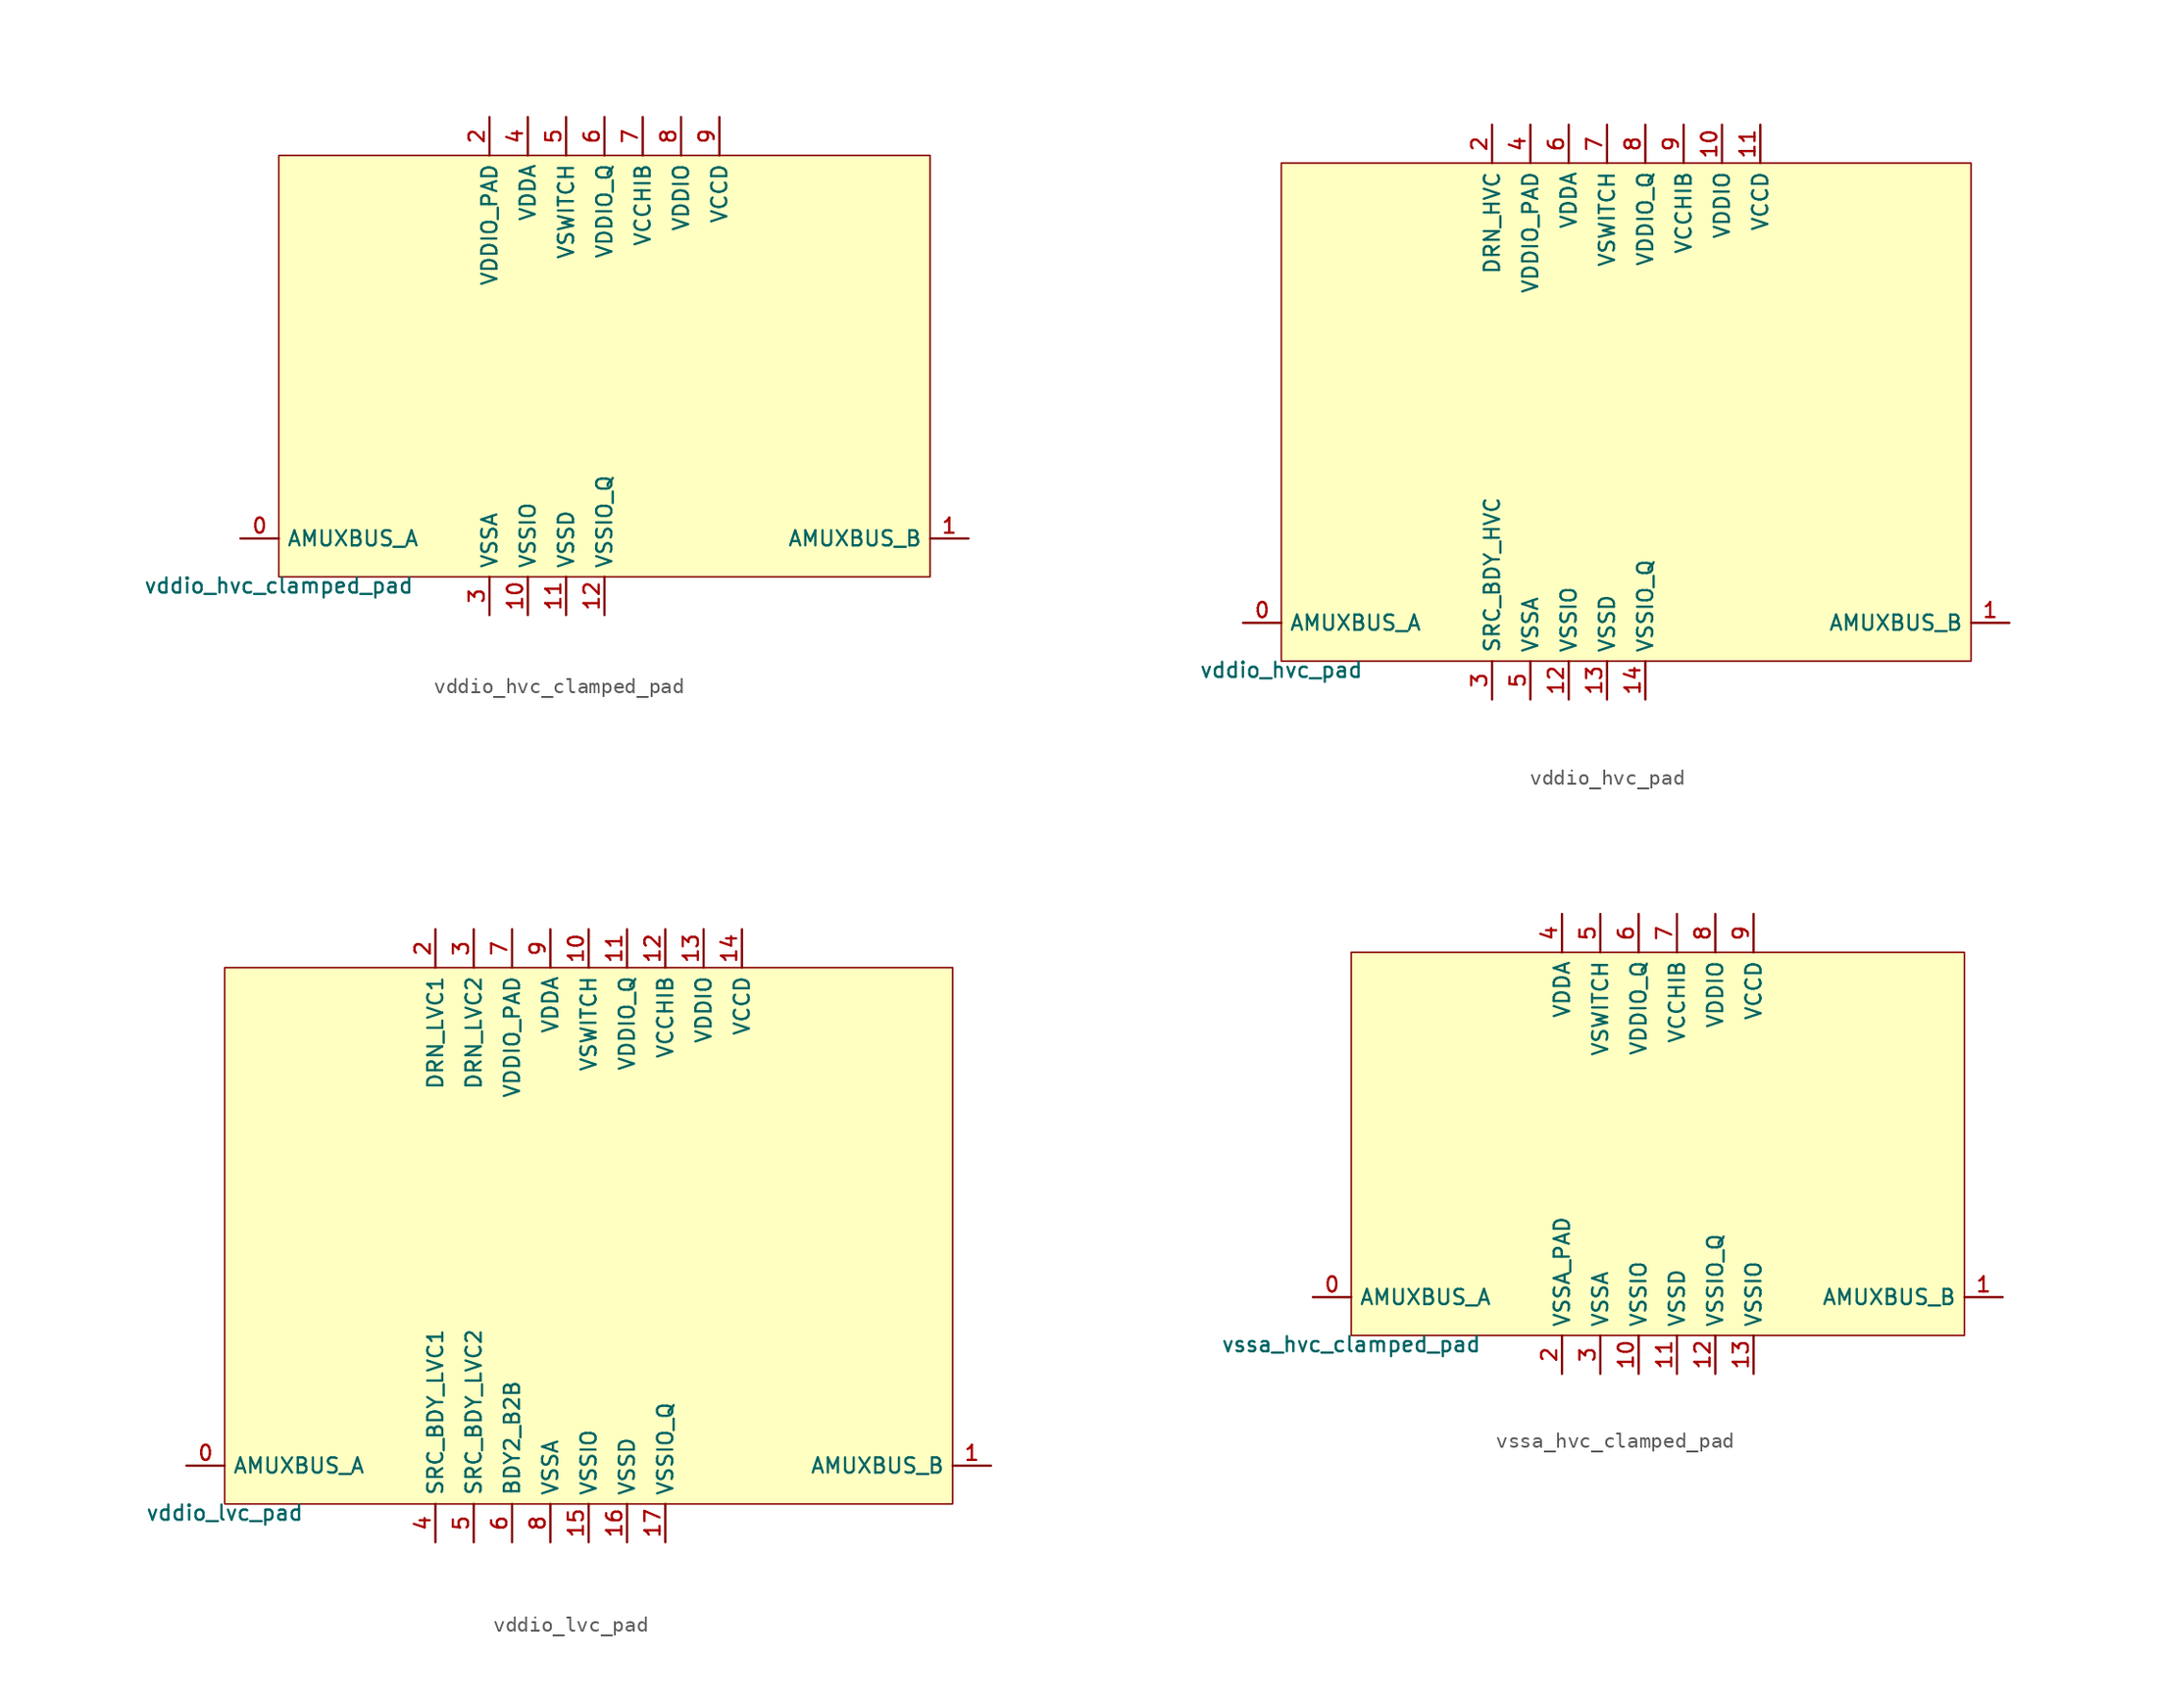
<source format=kicad_sym>
(kicad_symbol_lib
  (version 20211014)
  (generator pdk2kicad)
  (symbol "vddio_hvc_clamped_pad"
    (property "Reference" "X"
      (at 0 0 0)
      (effects (font (size 1 1)) hide))
    (property "Value" "vddio_hvc_clamped_pad"
      (at -21.59 -13.97 0)
      (effects (font (size 1 1)) (justify top)))
    (rectangle
      (start -21.59 -13.97)
      (end 21.59 13.97)
      (stroke (width 0.1) (type solid) (color 0 0 0 0))
      (fill (type background)))
    (pin bidirectional line
      (at -24.13 -11.43 0)
      (length 2.54)
      (name "AMUXBUS_A" (effects (font (size 1 1)) hide))
      (number "0" (effects (font (size 1 1)) hide)))
    (pin bidirectional line
      (at 24.13 -11.43 180)
      (length 2.54)
      (name "AMUXBUS_B" (effects (font (size 1 1)) hide))
      (number "1" (effects (font (size 1 1)) hide)))
    (pin power_in line
      (at -7.62 16.51 270)
      (length 2.54)
      (name "VDDIO_PAD" (effects (font (size 1 1)) hide))
      (number "2" (effects (font (size 1 1)) hide)))
    (pin power_in line
      (at -7.62 -16.51 90)
      (length 2.54)
      (name "VSSA" (effects (font (size 1 1)) hide))
      (number "3" (effects (font (size 1 1)) hide)))
    (pin power_in line
      (at -5.08 16.51 270)
      (length 2.54)
      (name "VDDA" (effects (font (size 1 1)) hide))
      (number "4" (effects (font (size 1 1)) hide)))
    (pin power_in line
      (at -2.54 16.51 270)
      (length 2.54)
      (name "VSWITCH" (effects (font (size 1 1)) hide))
      (number "5" (effects (font (size 1 1)) hide)))
    (pin power_in line
      (at 0.0 16.51 270)
      (length 2.54)
      (name "VDDIO_Q" (effects (font (size 1 1)) hide))
      (number "6" (effects (font (size 1 1)) hide)))
    (pin power_in line
      (at 2.54 16.51 270)
      (length 2.54)
      (name "VCCHIB" (effects (font (size 1 1)) hide))
      (number "7" (effects (font (size 1 1)) hide)))
    (pin power_in line
      (at 5.08 16.51 270)
      (length 2.54)
      (name "VDDIO" (effects (font (size 1 1)) hide))
      (number "8" (effects (font (size 1 1)) hide)))
    (pin power_in line
      (at 7.62 16.51 270)
      (length 2.54)
      (name "VCCD" (effects (font (size 1 1)) hide))
      (number "9" (effects (font (size 1 1)) hide)))
    (pin power_in line
      (at -5.08 -16.51 90)
      (length 2.54)
      (name "VSSIO" (effects (font (size 1 1)) hide))
      (number "10" (effects (font (size 1 1)) hide)))
    (pin power_in line
      (at -2.54 -16.51 90)
      (length 2.54)
      (name "VSSD" (effects (font (size 1 1)) hide))
      (number "11" (effects (font (size 1 1)) hide)))
    (pin power_in line
      (at 0.0 -16.51 90)
      (length 2.54)
      (name "VSSIO_Q" (effects (font (size 1 1)) hide))
      (number "12" (effects (font (size 1 1)) hide))))
  (symbol "vddio_hvc_pad"
    (property "Reference" "X"
      (at 0 0 0)
      (effects (font (size 1 1)) hide))
    (property "Value" "vddio_hvc_pad"
      (at -22.86 -16.51 0)
      (effects (font (size 1 1)) (justify top)))
    (rectangle
      (start -22.86 -16.51)
      (end 22.86 16.51)
      (stroke (width 0.1) (type solid) (color 0 0 0 0))
      (fill (type background)))
    (pin bidirectional line
      (at -25.4 -13.97 0)
      (length 2.54)
      (name "AMUXBUS_A" (effects (font (size 1 1)) hide))
      (number "0" (effects (font (size 1 1)) hide)))
    (pin bidirectional line
      (at 25.4 -13.97 180)
      (length 2.54)
      (name "AMUXBUS_B" (effects (font (size 1 1)) hide))
      (number "1" (effects (font (size 1 1)) hide)))
    (pin power_in line
      (at -8.89 19.05 270)
      (length 2.54)
      (name "DRN_HVC" (effects (font (size 1 1)) hide))
      (number "2" (effects (font (size 1 1)) hide)))
    (pin power_in line
      (at -8.89 -19.05 90)
      (length 2.54)
      (name "SRC_BDY_HVC" (effects (font (size 1 1)) hide))
      (number "3" (effects (font (size 1 1)) hide)))
    (pin power_in line
      (at -6.35 19.05 270)
      (length 2.54)
      (name "VDDIO_PAD" (effects (font (size 1 1)) hide))
      (number "4" (effects (font (size 1 1)) hide)))
    (pin power_in line
      (at -6.35 -19.05 90)
      (length 2.54)
      (name "VSSA" (effects (font (size 1 1)) hide))
      (number "5" (effects (font (size 1 1)) hide)))
    (pin power_in line
      (at -3.81 19.05 270)
      (length 2.54)
      (name "VDDA" (effects (font (size 1 1)) hide))
      (number "6" (effects (font (size 1 1)) hide)))
    (pin power_in line
      (at -1.27 19.05 270)
      (length 2.54)
      (name "VSWITCH" (effects (font (size 1 1)) hide))
      (number "7" (effects (font (size 1 1)) hide)))
    (pin power_in line
      (at 1.27 19.05 270)
      (length 2.54)
      (name "VDDIO_Q" (effects (font (size 1 1)) hide))
      (number "8" (effects (font (size 1 1)) hide)))
    (pin power_in line
      (at 3.81 19.05 270)
      (length 2.54)
      (name "VCCHIB" (effects (font (size 1 1)) hide))
      (number "9" (effects (font (size 1 1)) hide)))
    (pin power_in line
      (at 6.35 19.05 270)
      (length 2.54)
      (name "VDDIO" (effects (font (size 1 1)) hide))
      (number "10" (effects (font (size 1 1)) hide)))
    (pin power_in line
      (at 8.89 19.05 270)
      (length 2.54)
      (name "VCCD" (effects (font (size 1 1)) hide))
      (number "11" (effects (font (size 1 1)) hide)))
    (pin power_in line
      (at -3.81 -19.05 90)
      (length 2.54)
      (name "VSSIO" (effects (font (size 1 1)) hide))
      (number "12" (effects (font (size 1 1)) hide)))
    (pin power_in line
      (at -1.27 -19.05 90)
      (length 2.54)
      (name "VSSD" (effects (font (size 1 1)) hide))
      (number "13" (effects (font (size 1 1)) hide)))
    (pin power_in line
      (at 1.27 -19.05 90)
      (length 2.54)
      (name "VSSIO_Q" (effects (font (size 1 1)) hide))
      (number "14" (effects (font (size 1 1)) hide))))
  (symbol "vddio_lvc_pad"
    (property "Reference" "X"
      (at 0 0 0)
      (effects (font (size 1 1)) hide))
    (property "Value" "vddio_lvc_pad"
      (at -24.13 -17.78 0)
      (effects (font (size 1 1)) (justify top)))
    (rectangle
      (start -24.13 -17.78)
      (end 24.13 17.78)
      (stroke (width 0.1) (type solid) (color 0 0 0 0))
      (fill (type background)))
    (pin bidirectional line
      (at -26.67 -15.24 0)
      (length 2.54)
      (name "AMUXBUS_A" (effects (font (size 1 1)) hide))
      (number "0" (effects (font (size 1 1)) hide)))
    (pin bidirectional line
      (at 26.67 -15.24 180)
      (length 2.54)
      (name "AMUXBUS_B" (effects (font (size 1 1)) hide))
      (number "1" (effects (font (size 1 1)) hide)))
    (pin power_in line
      (at -10.16 20.32 270)
      (length 2.54)
      (name "DRN_LVC1" (effects (font (size 1 1)) hide))
      (number "2" (effects (font (size 1 1)) hide)))
    (pin power_in line
      (at -7.62 20.32 270)
      (length 2.54)
      (name "DRN_LVC2" (effects (font (size 1 1)) hide))
      (number "3" (effects (font (size 1 1)) hide)))
    (pin power_in line
      (at -10.16 -20.32 90)
      (length 2.54)
      (name "SRC_BDY_LVC1" (effects (font (size 1 1)) hide))
      (number "4" (effects (font (size 1 1)) hide)))
    (pin power_in line
      (at -7.62 -20.32 90)
      (length 2.54)
      (name "SRC_BDY_LVC2" (effects (font (size 1 1)) hide))
      (number "5" (effects (font (size 1 1)) hide)))
    (pin power_in line
      (at -5.08 -20.32 90)
      (length 2.54)
      (name "BDY2_B2B" (effects (font (size 1 1)) hide))
      (number "6" (effects (font (size 1 1)) hide)))
    (pin power_in line
      (at -5.08 20.32 270)
      (length 2.54)
      (name "VDDIO_PAD" (effects (font (size 1 1)) hide))
      (number "7" (effects (font (size 1 1)) hide)))
    (pin power_in line
      (at -2.54 -20.32 90)
      (length 2.54)
      (name "VSSA" (effects (font (size 1 1)) hide))
      (number "8" (effects (font (size 1 1)) hide)))
    (pin power_in line
      (at -2.54 20.32 270)
      (length 2.54)
      (name "VDDA" (effects (font (size 1 1)) hide))
      (number "9" (effects (font (size 1 1)) hide)))
    (pin power_in line
      (at 0.0 20.32 270)
      (length 2.54)
      (name "VSWITCH" (effects (font (size 1 1)) hide))
      (number "10" (effects (font (size 1 1)) hide)))
    (pin power_in line
      (at 2.54 20.32 270)
      (length 2.54)
      (name "VDDIO_Q" (effects (font (size 1 1)) hide))
      (number "11" (effects (font (size 1 1)) hide)))
    (pin power_in line
      (at 5.08 20.32 270)
      (length 2.54)
      (name "VCCHIB" (effects (font (size 1 1)) hide))
      (number "12" (effects (font (size 1 1)) hide)))
    (pin power_in line
      (at 7.62 20.32 270)
      (length 2.54)
      (name "VDDIO" (effects (font (size 1 1)) hide))
      (number "13" (effects (font (size 1 1)) hide)))
    (pin power_in line
      (at 10.16 20.32 270)
      (length 2.54)
      (name "VCCD" (effects (font (size 1 1)) hide))
      (number "14" (effects (font (size 1 1)) hide)))
    (pin power_in line
      (at 0.0 -20.32 90)
      (length 2.54)
      (name "VSSIO" (effects (font (size 1 1)) hide))
      (number "15" (effects (font (size 1 1)) hide)))
    (pin power_in line
      (at 2.54 -20.32 90)
      (length 2.54)
      (name "VSSD" (effects (font (size 1 1)) hide))
      (number "16" (effects (font (size 1 1)) hide)))
    (pin power_in line
      (at 5.08 -20.32 90)
      (length 2.54)
      (name "VSSIO_Q" (effects (font (size 1 1)) hide))
      (number "17" (effects (font (size 1 1)) hide))))
  (symbol "vssa_hvc_clamped_pad"
    (property "Reference" "X"
      (at 0 0 0)
      (effects (font (size 1 1)) hide))
    (property "Value" "vssa_hvc_clamped_pad"
      (at -20.32 -12.7 0)
      (effects (font (size 1 1)) (justify top)))
    (rectangle
      (start -20.32 -12.7)
      (end 20.32 12.7)
      (stroke (width 0.1) (type solid) (color 0 0 0 0))
      (fill (type background)))
    (pin bidirectional line
      (at -22.86 -10.16 0)
      (length 2.54)
      (name "AMUXBUS_A" (effects (font (size 1 1)) hide))
      (number "0" (effects (font (size 1 1)) hide)))
    (pin bidirectional line
      (at 22.86 -10.16 180)
      (length 2.54)
      (name "AMUXBUS_B" (effects (font (size 1 1)) hide))
      (number "1" (effects (font (size 1 1)) hide)))
    (pin power_in line
      (at -6.35 -15.24 90)
      (length 2.54)
      (name "VSSA_PAD" (effects (font (size 1 1)) hide))
      (number "2" (effects (font (size 1 1)) hide)))
    (pin power_in line
      (at -3.81 -15.24 90)
      (length 2.54)
      (name "VSSA" (effects (font (size 1 1)) hide))
      (number "3" (effects (font (size 1 1)) hide)))
    (pin power_in line
      (at -6.35 15.24 270)
      (length 2.54)
      (name "VDDA" (effects (font (size 1 1)) hide))
      (number "4" (effects (font (size 1 1)) hide)))
    (pin power_in line
      (at -3.81 15.24 270)
      (length 2.54)
      (name "VSWITCH" (effects (font (size 1 1)) hide))
      (number "5" (effects (font (size 1 1)) hide)))
    (pin power_in line
      (at -1.27 15.24 270)
      (length 2.54)
      (name "VDDIO_Q" (effects (font (size 1 1)) hide))
      (number "6" (effects (font (size 1 1)) hide)))
    (pin power_in line
      (at 1.27 15.24 270)
      (length 2.54)
      (name "VCCHIB" (effects (font (size 1 1)) hide))
      (number "7" (effects (font (size 1 1)) hide)))
    (pin power_in line
      (at 3.81 15.24 270)
      (length 2.54)
      (name "VDDIO" (effects (font (size 1 1)) hide))
      (number "8" (effects (font (size 1 1)) hide)))
    (pin power_in line
      (at 6.35 15.24 270)
      (length 2.54)
      (name "VCCD" (effects (font (size 1 1)) hide))
      (number "9" (effects (font (size 1 1)) hide)))
    (pin power_in line
      (at -1.27 -15.24 90)
      (length 2.54)
      (name "VSSIO" (effects (font (size 1 1)) hide))
      (number "10" (effects (font (size 1 1)) hide)))
    (pin power_in line
      (at 1.27 -15.24 90)
      (length 2.54)
      (name "VSSD" (effects (font (size 1 1)) hide))
      (number "11" (effects (font (size 1 1)) hide)))
    (pin power_in line
      (at 3.81 -15.24 90)
      (length 2.54)
      (name "VSSIO_Q" (effects (font (size 1 1)) hide))
      (number "12" (effects (font (size 1 1)) hide)))
    (pin power_in line
      (at 6.35 -15.24 90)
      (length 2.54)
      (name "VSSIO" (effects (font (size 1 1)) hide))
      (number "13" (effects (font (size 1 1)) hide)))))
</source>
